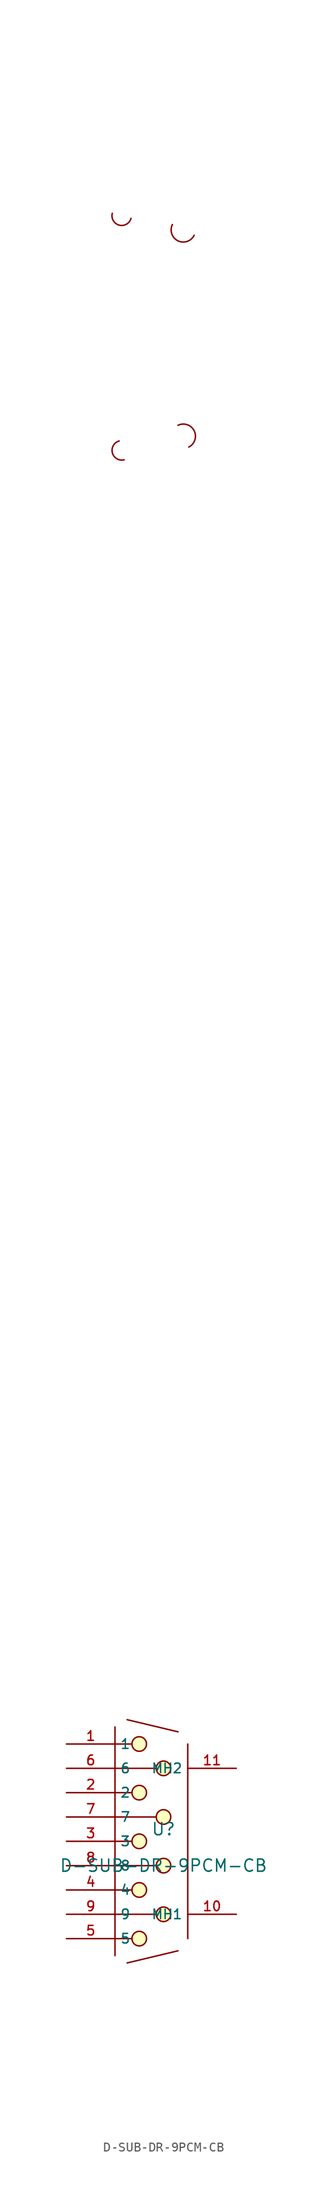
<source format=kicad_sym>
(kicad_symbol_lib
  (version 20210201)
  (generator TousstNicolas/JLC2KiCad_lib)
  (symbol "D-SUB-DR-9PCM-CB"
    (property "Reference" "U"
      (at 0 1.27 0)
      (effects (font (size 1.27 1.27))))
    (property "Value" "D-SUB-DR-9PCM-CB"
      (at 0 -2.54 0)
      (effects (font (size 1.27 1.27))))
    (symbol "D-SUB-DR-9PCM-CB_0_1"
      (polyline (pts (xy 1.524 -11.43) (xy -3.81 -12.7)) (stroke (width 0) (type default) (color 0 0 0 0)) (fill (type none)))
      (arc (start -3.398694129371925 169.46616902804755) (mid -4.642593989478519 168.7469796259429) (end -5.36178339158312 169.99087948604952) (stroke (width 0) (type default) (color 0 0 0 0)) (fill (type none)))
      (polyline (pts (xy -5.08 -11.938) (xy -5.08 -10.16)) (stroke (width 0) (type default) (color 0 0 0 0)) (fill (type none)))
      (arc (start 3.208015405306552 167.6922934531375) (mid 1.507431883414334 167.11451443975315) (end 0.9296528700299895 168.81509796164536) (stroke (width 0) (type default) (color 0 0 0 0)) (fill (type none)))
      (polyline (pts (xy 1.524 11.43) (xy -3.81 12.7)) (stroke (width 0) (type default) (color 0 0 0 0)) (fill (type none)))
      (arc (start -4.118113555022074 144.2509313802826) (mid -5.361844845269853 144.97041225961948) (end -4.642363965932971 146.21414354986726) (stroke (width 0) (type default) (color 0 0 0 0)) (fill (type none)))
      (polyline (pts (xy -5.08 11.938) (xy -5.08 10.16)) (stroke (width 0) (type default) (color 0 0 0 0)) (fill (type none)))
      (arc (start 2.646708431219484 145.57332466426078) (mid 0.9434669045452767 146.14322044863826) (end 1.5133626889227547 147.8464619753125) (stroke (width 0) (type default) (color 0 0 0 0)) (fill (type none)))
      (polyline (pts (xy 2.54 -10.16) (xy 2.54 10.16)) (stroke (width 0) (type default) (color 0 0 0 0)) (fill (type none)))
      (pin input line (at 7.62 -7.62 180) (length 5.08) (name "MH1" (effects (font (size 1 1)))) (number "10" (effects (font (size 1 1)))))
      (pin input line (at 7.62 7.62 180) (length 5.08) (name "MH2" (effects (font (size 1 1)))) (number "11" (effects (font (size 1 1)))))
      (polyline (pts (xy -5.08 -10.16) (xy -5.08 10.16)) (stroke (width 0) (type default) (color 0 0 0 0)) (fill (type none)))
      (pin input line (at -10.16 -7.62 0) (length 5.08) (name "9" (effects (font (size 1 1)))) (number "9" (effects (font (size 1 1)))))
      (pin input line (at -10.16 -2.54 0) (length 5.08) (name "8" (effects (font (size 1 1)))) (number "8" (effects (font (size 1 1)))))
      (pin input line (at -10.16 2.54 0) (length 5.08) (name "7" (effects (font (size 1 1)))) (number "7" (effects (font (size 1 1)))))
      (pin input line (at -10.16 7.62 0) (length 5.08) (name "6" (effects (font (size 1 1)))) (number "6" (effects (font (size 1 1)))))
      (pin input line (at -10.16 -10.16 0) (length 5.08) (name "5" (effects (font (size 1 1)))) (number "5" (effects (font (size 1 1)))))
      (pin input line (at -10.16 -5.08 0) (length 5.08) (name "4" (effects (font (size 1 1)))) (number "4" (effects (font (size 1 1)))))
      (pin input line (at -10.16 -0.0 0) (length 5.08) (name "3" (effects (font (size 1 1)))) (number "3" (effects (font (size 1 1)))))
      (pin input line (at -10.16 5.08 0) (length 5.08) (name "2" (effects (font (size 1 1)))) (number "2" (effects (font (size 1 1)))))
      (pin input line (at -10.16 10.16 0) (length 5.08) (name "1" (effects (font (size 1 1)))) (number "1" (effects (font (size 1 1)))))
      (circle (center -2.54 10.16) (radius 0.762) (stroke (width 0) (type default) (color 0 0 0 0)) (fill (type background)))
      (circle (center -2.54 5.08) (radius 0.762) (stroke (width 0) (type default) (color 0 0 0 0)) (fill (type background)))
      (circle (center -2.54 -0.0) (radius 0.762) (stroke (width 0) (type default) (color 0 0 0 0)) (fill (type background)))
      (circle (center -2.54 -5.08) (radius 0.762) (stroke (width 0) (type default) (color 0 0 0 0)) (fill (type background)))
      (circle (center -2.54 -10.16) (radius 0.762) (stroke (width 0) (type default) (color 0 0 0 0)) (fill (type background)))
      (circle (center 0.0 7.62) (radius 0.762) (stroke (width 0) (type default) (color 0 0 0 0)) (fill (type background)))
      (circle (center 0.0 2.54) (radius 0.762) (stroke (width 0) (type default) (color 0 0 0 0)) (fill (type background)))
      (circle (center 0.0 -2.54) (radius 0.762) (stroke (width 0) (type default) (color 0 0 0 0)) (fill (type background)))
      (circle (center 0.0 -7.62) (radius 0.762) (stroke (width 0) (type default) (color 0 0 0 0)) (fill (type background)))
      (polyline (pts (xy -5.08 -7.62) (xy -0.762 -7.62)) (stroke (width 0) (type default) (color 0 0 0 0)) (fill (type none)))
      (polyline (pts (xy -5.08 -2.54) (xy -0.762 -2.54)) (stroke (width 0) (type default) (color 0 0 0 0)) (fill (type none)))
      (polyline (pts (xy -3.302 -10.16) (xy -5.08 -10.16)) (stroke (width 0) (type default) (color 0 0 0 0)) (fill (type none)))
      (polyline (pts (xy -5.08 2.54) (xy -0.762 2.54)) (stroke (width 0) (type default) (color 0 0 0 0)) (fill (type none)))
      (polyline (pts (xy -3.302 -5.08) (xy -5.08 -5.08)) (stroke (width 0) (type default) (color 0 0 0 0)) (fill (type none)))
      (polyline (pts (xy -5.08 7.62) (xy -0.762 7.62)) (stroke (width 0) (type default) (color 0 0 0 0)) (fill (type none)))
      (polyline (pts (xy -3.302 -0.0) (xy -5.08 -0.0)) (stroke (width 0) (type default) (color 0 0 0 0)) (fill (type none)))
      (polyline (pts (xy -3.302 10.16) (xy -5.08 10.16)) (stroke (width 0) (type default) (color 0 0 0 0)) (fill (type none)))
      (polyline (pts (xy -3.302 5.08) (xy -5.08 5.08)) (stroke (width 0) (type default) (color 0 0 0 0)) (fill (type none))))))
</source>
